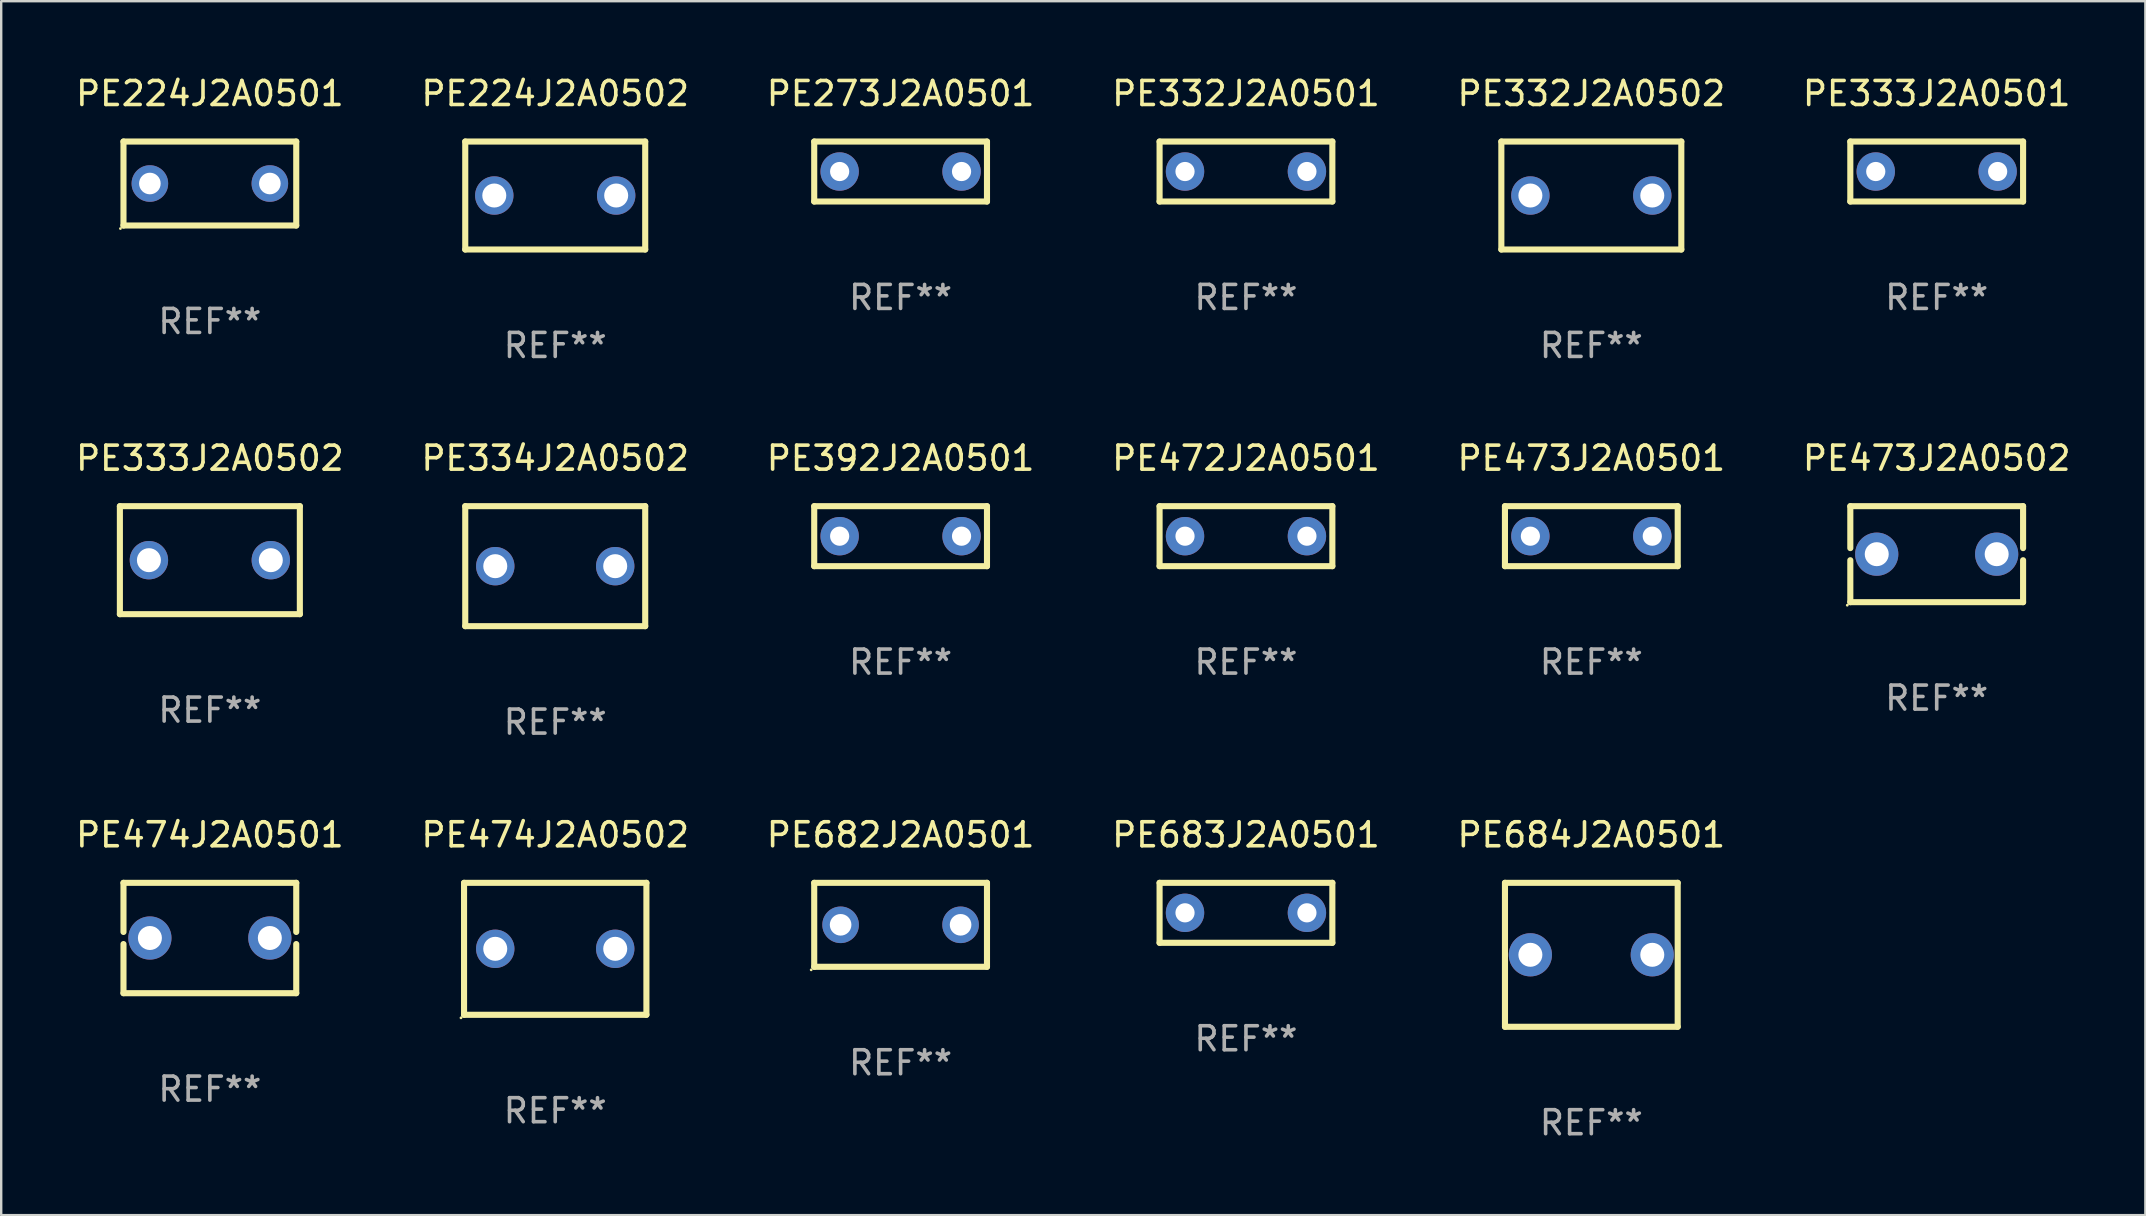
<source format=kicad_pcb>
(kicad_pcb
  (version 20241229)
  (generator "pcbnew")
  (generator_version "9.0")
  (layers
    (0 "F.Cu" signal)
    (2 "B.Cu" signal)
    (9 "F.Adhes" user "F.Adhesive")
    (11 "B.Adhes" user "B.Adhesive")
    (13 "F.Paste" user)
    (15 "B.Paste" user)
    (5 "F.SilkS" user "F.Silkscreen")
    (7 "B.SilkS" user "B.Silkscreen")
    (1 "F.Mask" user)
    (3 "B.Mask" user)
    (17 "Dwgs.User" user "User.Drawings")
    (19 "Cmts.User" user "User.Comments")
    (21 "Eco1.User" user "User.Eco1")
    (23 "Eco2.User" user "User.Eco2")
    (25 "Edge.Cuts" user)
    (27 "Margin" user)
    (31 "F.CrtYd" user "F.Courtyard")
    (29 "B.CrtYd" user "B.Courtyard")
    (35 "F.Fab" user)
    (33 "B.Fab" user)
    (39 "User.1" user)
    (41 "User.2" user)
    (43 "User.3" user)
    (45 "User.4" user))
  (footprint "PE333J2A0501"
    (layer "F.Cu")
    (at 77.661 4.098)
    (property "Reference" "PE333J2A0501" (at 0 -3.25 0) (layer "F.SilkS") (effects (font (size 1 1) (thickness 0.15))))
    (attr through_hole)
    (fp_line (start -3.6 -1.25) (end -3.6 1.25) (stroke (width 0.254) (type solid)) (layer "F.SilkS"))
    (fp_line (start -3.6 -1.25) (end 3.6 -1.25) (stroke (width 0.254) (type solid)) (layer "F.SilkS"))
    (fp_line (start 3.6 1.25) (end -3.6 1.25) (stroke (width 0.254) (type solid)) (layer "F.SilkS"))
    (fp_line (start 3.6 1.25) (end 3.6 -1.25) (stroke (width 0.254) (type solid)) (layer "F.SilkS"))
    (fp_circle (center -3.6 1.25) (end -3.57 1.25) (stroke (width 0.06) (type solid)) (fill no) (layer "F.SilkS"))
    (fp_text user "REF**" (at 0 5.25 0) (layer "F.Fab") (effects (font (size 1 1) (thickness 0.15))))
    (pad "1" thru_hole circle (at -2.54 0) (size 1.6 1.6) (drill 0.8) (layers "*.Cu" "*.Mask"))
    (pad "2" thru_hole circle (at 2.54 0) (size 1.6 1.6) (drill 0.8) (layers "*.Cu" "*.Mask")))
  (footprint "PE224J2A0502"
    (layer "F.Cu")
    (at 20.089 5.098)
    (property "Reference" "PE224J2A0502" (at 0 -4.25 0) (layer "F.SilkS") (effects (font (size 1 1) (thickness 0.15))))
    (attr through_hole)
    (fp_line (start -3.75 -2.25) (end -3.75 2.25) (stroke (width 0.254) (type solid)) (layer "F.SilkS"))
    (fp_line (start -3.75 -2.25) (end 3.75 -2.25) (stroke (width 0.254) (type solid)) (layer "F.SilkS"))
    (fp_line (start 3.75 -2.25) (end 3.75 2.25) (stroke (width 0.254) (type solid)) (layer "F.SilkS"))
    (fp_line (start 3.75 2.25) (end -3.75 2.25) (stroke (width 0.254) (type solid)) (layer "F.SilkS"))
    (fp_circle (center -3.75 2.25) (end -3.72 2.25) (stroke (width 0.06) (type solid)) (fill no) (layer "F.SilkS"))
    (fp_text user "REF**" (at 0 6.25 0) (layer "F.Fab") (effects (font (size 1 1) (thickness 0.15))))
    (pad "1" thru_hole circle (at -2.54 0) (size 1.6 1.6) (drill 1) (layers "*.Cu" "*.Mask"))
    (pad "2" thru_hole circle (at 2.54 0) (size 1.6 1.6) (drill 1) (layers "*.Cu" "*.Mask")))
  (footprint "PE684J2A0501"
    (layer "F.Cu")
    (at 63.268 36.741)
    (property "Reference" "PE684J2A0501" (at 0 -5 0) (layer "F.SilkS") (effects (font (size 1 1) (thickness 0.15))))
    (attr through_hole)
    (fp_line (start -3.599 -3) (end -3.599 3) (stroke (width 0.254) (type solid)) (layer "F.SilkS"))
    (fp_line (start -3.599 -3) (end 3.599 -3) (stroke (width 0.254) (type solid)) (layer "F.SilkS"))
    (fp_line (start 3.599 3) (end -3.599 3) (stroke (width 0.254) (type solid)) (layer "F.SilkS"))
    (fp_line (start 3.599 3) (end 3.599 -3) (stroke (width 0.254) (type solid)) (layer "F.SilkS"))
    (fp_circle (center -3.6 3) (end -3.57 3) (stroke (width 0.06) (type solid)) (fill no) (layer "F.SilkS"))
    (fp_text user "REF**" (at 0 7 0) (layer "F.Fab") (effects (font (size 1 1) (thickness 0.15))))
    (pad "1" thru_hole circle (at -2.54 0) (size 1.8 1.8) (drill 1) (layers "*.Cu" "*.Mask"))
    (pad "2" thru_hole circle (at 2.54 0) (size 1.8 1.8) (drill 1) (layers "*.Cu" "*.Mask")))
  (footprint "PE683J2A0501"
    (layer "F.Cu")
    (at 48.875 34.991)
    (property "Reference" "PE683J2A0501" (at 0 -3.25 0) (layer "F.SilkS") (effects (font (size 1 1) (thickness 0.15))))
    (attr through_hole)
    (fp_line (start -3.6 -1.25) (end -3.6 1.25) (stroke (width 0.254) (type solid)) (layer "F.SilkS"))
    (fp_line (start -3.6 -1.25) (end 3.6 -1.25) (stroke (width 0.254) (type solid)) (layer "F.SilkS"))
    (fp_line (start 3.6 1.25) (end -3.6 1.25) (stroke (width 0.254) (type solid)) (layer "F.SilkS"))
    (fp_line (start 3.6 1.25) (end 3.6 -1.25) (stroke (width 0.254) (type solid)) (layer "F.SilkS"))
    (fp_circle (center -3.6 1.25) (end -3.57 1.25) (stroke (width 0.06) (type solid)) (fill no) (layer "F.SilkS"))
    (fp_text user "REF**" (at 0 5.25 0) (layer "F.Fab") (effects (font (size 1 1) (thickness 0.15))))
    (pad "1" thru_hole circle (at -2.54 0) (size 1.6 1.6) (drill 0.8) (layers "*.Cu" "*.Mask"))
    (pad "2" thru_hole circle (at 2.54 0) (size 1.6 1.6) (drill 0.8) (layers "*.Cu" "*.Mask")))
  (footprint "PE473J2A0502"
    (layer "F.Cu")
    (at 77.661 20.045)
    (property "Reference" "PE473J2A0502" (at 0 -4 0) (layer "F.SilkS") (effects (font (size 1 1) (thickness 0.15))))
    (attr through_hole)
    (fp_line (start -3.6 -2) (end -3.6 -0.252) (stroke (width 0.254) (type solid)) (layer "F.SilkS"))
    (fp_line (start -3.6 -2) (end 3.6 -2) (stroke (width 0.254) (type solid)) (layer "F.SilkS"))
    (fp_line (start -3.6 0.252) (end -3.6 2) (stroke (width 0.254) (type solid)) (layer "F.SilkS"))
    (fp_line (start -3.6 2) (end 3.6 2) (stroke (width 0.254) (type solid)) (layer "F.SilkS"))
    (fp_line (start 3.6 -0.252) (end 3.6 -2) (stroke (width 0.254) (type solid)) (layer "F.SilkS"))
    (fp_line (start 3.6 2) (end 3.6 0.252) (stroke (width 0.254) (type solid)) (layer "F.SilkS"))
    (fp_circle (center -3.727 2.127) (end -3.697 2.127) (stroke (width 0.06) (type solid)) (fill no) (layer "F.SilkS"))
    (fp_text user "REF**" (at 0 6 0) (layer "F.Fab") (effects (font (size 1 1) (thickness 0.15))))
    (pad "1" thru_hole circle (at -2.499 0) (size 1.8 1.8) (drill 1) (layers "*.Cu" "*.Mask"))
    (pad "2" thru_hole circle (at 2.499 0) (size 1.8 1.8) (drill 1) (layers "*.Cu" "*.Mask")))
  (footprint "PE474J2A0501"
    (layer "F.Cu")
    (at 5.696 36.041)
    (property "Reference" "PE474J2A0501" (at 0 -4.3 0) (layer "F.SilkS") (effects (font (size 1 1) (thickness 0.15))))
    (attr through_hole)
    (fp_line (start -3.6 -2.3) (end -3.6 -0.252) (stroke (width 0.254) (type solid)) (layer "F.SilkS"))
    (fp_line (start -3.6 -2.3) (end 3.6 -2.3) (stroke (width 0.254) (type solid)) (layer "F.SilkS"))
    (fp_line (start -3.6 0.252) (end -3.6 2.3) (stroke (width 0.254) (type solid)) (layer "F.SilkS"))
    (fp_line (start -3.6 2.3) (end 3.6 2.3) (stroke (width 0.254) (type solid)) (layer "F.SilkS"))
    (fp_line (start 3.6 -0.252) (end 3.6 -2.3) (stroke (width 0.254) (type solid)) (layer "F.SilkS"))
    (fp_line (start 3.6 2.3) (end 3.6 0.252) (stroke (width 0.254) (type solid)) (layer "F.SilkS"))
    (fp_circle (center -3.6 2.25) (end -3.57 2.25) (stroke (width 0.06) (type solid)) (fill no) (layer "F.SilkS"))
    (fp_text user "REF**" (at 0 6.3 0) (layer "F.Fab") (effects (font (size 1 1) (thickness 0.15))))
    (pad "1" thru_hole circle (at -2.499 0) (size 1.8 1.8) (drill 1) (layers "*.Cu" "*.Mask"))
    (pad "2" thru_hole circle (at 2.499 0) (size 1.8 1.8) (drill 1) (layers "*.Cu" "*.Mask")))
  (footprint "PE333J2A0502"
    (layer "F.Cu")
    (at 5.696 20.295)
    (property "Reference" "PE333J2A0502" (at 0 -4.25 0) (layer "F.SilkS") (effects (font (size 1 1) (thickness 0.15))))
    (attr through_hole)
    (fp_line (start -3.75 -2.25) (end -3.75 2.25) (stroke (width 0.254) (type solid)) (layer "F.SilkS"))
    (fp_line (start -3.75 -2.25) (end 3.75 -2.25) (stroke (width 0.254) (type solid)) (layer "F.SilkS"))
    (fp_line (start 3.75 -2.25) (end 3.75 2.25) (stroke (width 0.254) (type solid)) (layer "F.SilkS"))
    (fp_line (start 3.75 2.25) (end -3.75 2.25) (stroke (width 0.254) (type solid)) (layer "F.SilkS"))
    (fp_circle (center -3.75 2.25) (end -3.72 2.25) (stroke (width 0.06) (type solid)) (fill no) (layer "F.SilkS"))
    (fp_text user "REF**" (at 0 6.25 0) (layer "F.Fab") (effects (font (size 1 1) (thickness 0.15))))
    (pad "1" thru_hole circle (at -2.54 0) (size 1.6 1.6) (drill 1) (layers "*.Cu" "*.Mask"))
    (pad "2" thru_hole circle (at 2.54 0) (size 1.6 1.6) (drill 1) (layers "*.Cu" "*.Mask")))
  (footprint "PE472J2A0501"
    (layer "F.Cu")
    (at 48.875 19.295)
    (property "Reference" "PE472J2A0501" (at 0 -3.25 0) (layer "F.SilkS") (effects (font (size 1 1) (thickness 0.15))))
    (attr through_hole)
    (fp_line (start -3.6 -1.25) (end -3.6 1.25) (stroke (width 0.254) (type solid)) (layer "F.SilkS"))
    (fp_line (start -3.6 -1.25) (end 3.6 -1.25) (stroke (width 0.254) (type solid)) (layer "F.SilkS"))
    (fp_line (start 3.6 1.25) (end -3.6 1.25) (stroke (width 0.254) (type solid)) (layer "F.SilkS"))
    (fp_line (start 3.6 1.25) (end 3.6 -1.25) (stroke (width 0.254) (type solid)) (layer "F.SilkS"))
    (fp_circle (center -3.6 1.25) (end -3.57 1.25) (stroke (width 0.06) (type solid)) (fill no) (layer "F.SilkS"))
    (fp_text user "REF**" (at 0 5.25 0) (layer "F.Fab") (effects (font (size 1 1) (thickness 0.15))))
    (pad "1" thru_hole circle (at -2.54 0) (size 1.6 1.6) (drill 0.8) (layers "*.Cu" "*.Mask"))
    (pad "2" thru_hole circle (at 2.54 0) (size 1.6 1.6) (drill 0.8) (layers "*.Cu" "*.Mask")))
  (footprint "PE332J2A0502"
    (layer "F.Cu")
    (at 63.268 5.098)
    (property "Reference" "PE332J2A0502" (at 0 -4.25 0) (layer "F.SilkS") (effects (font (size 1 1) (thickness 0.15))))
    (attr through_hole)
    (fp_line (start -3.75 -2.25) (end -3.75 2.25) (stroke (width 0.254) (type solid)) (layer "F.SilkS"))
    (fp_line (start -3.75 -2.25) (end 3.75 -2.25) (stroke (width 0.254) (type solid)) (layer "F.SilkS"))
    (fp_line (start 3.75 -2.25) (end 3.75 2.25) (stroke (width 0.254) (type solid)) (layer "F.SilkS"))
    (fp_line (start 3.75 2.25) (end -3.75 2.25) (stroke (width 0.254) (type solid)) (layer "F.SilkS"))
    (fp_circle (center -3.75 2.25) (end -3.72 2.25) (stroke (width 0.06) (type solid)) (fill no) (layer "F.SilkS"))
    (fp_text user "REF**" (at 0 6.25 0) (layer "F.Fab") (effects (font (size 1 1) (thickness 0.15))))
    (pad "1" thru_hole circle (at -2.54 0) (size 1.6 1.6) (drill 1) (layers "*.Cu" "*.Mask"))
    (pad "2" thru_hole circle (at 2.54 0) (size 1.6 1.6) (drill 1) (layers "*.Cu" "*.Mask")))
  (footprint "PE682J2A0501"
    (layer "F.Cu")
    (at 34.482 35.491)
    (property "Reference" "PE682J2A0501" (at 0 -3.75 0) (layer "F.SilkS") (effects (font (size 1 1) (thickness 0.15))))
    (attr through_hole)
    (fp_line (start -3.6 -1.75) (end 3.6 -1.75) (stroke (width 0.254) (type solid)) (layer "F.SilkS"))
    (fp_line (start -3.6 1.75) (end -3.6 -1.75) (stroke (width 0.254) (type solid)) (layer "F.SilkS"))
    (fp_line (start 3.6 -1.75) (end 3.6 1.75) (stroke (width 0.254) (type solid)) (layer "F.SilkS"))
    (fp_line (start 3.6 1.75) (end -3.6 1.75) (stroke (width 0.254) (type solid)) (layer "F.SilkS"))
    (fp_circle (center -3.727 1.877) (end -3.697 1.877) (stroke (width 0.06) (type solid)) (fill no) (layer "F.SilkS"))
    (fp_text user "REF**" (at 0 5.75 0) (layer "F.Fab") (effects (font (size 1 1) (thickness 0.15))))
    (pad "1" thru_hole circle (at -2.5 0) (size 1.524 1.524) (drill 0.9) (layers "*.Cu" "*.Mask"))
    (pad "2" thru_hole circle (at 2.5 0) (size 1.524 1.524) (drill 0.9) (layers "*.Cu" "*.Mask")))
  (footprint "PE273J2A0501"
    (layer "F.Cu")
    (at 34.482 4.098)
    (property "Reference" "PE273J2A0501" (at 0 -3.25 0) (layer "F.SilkS") (effects (font (size 1 1) (thickness 0.15))))
    (attr through_hole)
    (fp_line (start -3.6 -1.25) (end -3.6 1.25) (stroke (width 0.254) (type solid)) (layer "F.SilkS"))
    (fp_line (start -3.6 -1.25) (end 3.6 -1.25) (stroke (width 0.254) (type solid)) (layer "F.SilkS"))
    (fp_line (start 3.6 1.25) (end -3.6 1.25) (stroke (width 0.254) (type solid)) (layer "F.SilkS"))
    (fp_line (start 3.6 1.25) (end 3.6 -1.25) (stroke (width 0.254) (type solid)) (layer "F.SilkS"))
    (fp_circle (center -3.6 1.25) (end -3.57 1.25) (stroke (width 0.06) (type solid)) (fill no) (layer "F.SilkS"))
    (fp_text user "REF**" (at 0 5.25 0) (layer "F.Fab") (effects (font (size 1 1) (thickness 0.15))))
    (pad "1" thru_hole circle (at -2.54 0) (size 1.6 1.6) (drill 0.8) (layers "*.Cu" "*.Mask"))
    (pad "2" thru_hole circle (at 2.54 0) (size 1.6 1.6) (drill 0.8) (layers "*.Cu" "*.Mask")))
  (footprint "PE224J2A0501"
    (layer "F.Cu")
    (at 5.696 4.598)
    (property "Reference" "PE224J2A0501" (at 0 -3.75 0) (layer "F.SilkS") (effects (font (size 1 1) (thickness 0.15))))
    (attr through_hole)
    (fp_line (start -3.6 -1.75) (end 3.6 -1.75) (stroke (width 0.254) (type solid)) (layer "F.SilkS"))
    (fp_line (start -3.6 1.75) (end -3.6 -1.75) (stroke (width 0.254) (type solid)) (layer "F.SilkS"))
    (fp_line (start 3.6 -1.75) (end 3.6 1.75) (stroke (width 0.254) (type solid)) (layer "F.SilkS"))
    (fp_line (start 3.6 1.75) (end -3.6 1.75) (stroke (width 0.254) (type solid)) (layer "F.SilkS"))
    (fp_circle (center -3.727 1.877) (end -3.697 1.877) (stroke (width 0.06) (type solid)) (fill no) (layer "F.SilkS"))
    (fp_text user "REF**" (at 0 5.75 0) (layer "F.Fab") (effects (font (size 1 1) (thickness 0.15))))
    (pad "1" thru_hole circle (at -2.5 0) (size 1.524 1.524) (drill 0.9) (layers "*.Cu" "*.Mask"))
    (pad "2" thru_hole circle (at 2.5 0) (size 1.524 1.524) (drill 0.9) (layers "*.Cu" "*.Mask")))
  (footprint "PE332J2A0501"
    (layer "F.Cu")
    (at 48.875 4.098)
    (property "Reference" "PE332J2A0501" (at 0 -3.25 0) (layer "F.SilkS") (effects (font (size 1 1) (thickness 0.15))))
    (attr through_hole)
    (fp_line (start -3.6 -1.25) (end -3.6 1.25) (stroke (width 0.254) (type solid)) (layer "F.SilkS"))
    (fp_line (start -3.6 -1.25) (end 3.6 -1.25) (stroke (width 0.254) (type solid)) (layer "F.SilkS"))
    (fp_line (start 3.6 1.25) (end -3.6 1.25) (stroke (width 0.254) (type solid)) (layer "F.SilkS"))
    (fp_line (start 3.6 1.25) (end 3.6 -1.25) (stroke (width 0.254) (type solid)) (layer "F.SilkS"))
    (fp_circle (center -3.6 1.25) (end -3.57 1.25) (stroke (width 0.06) (type solid)) (fill no) (layer "F.SilkS"))
    (fp_text user "REF**" (at 0 5.25 0) (layer "F.Fab") (effects (font (size 1 1) (thickness 0.15))))
    (pad "1" thru_hole circle (at -2.54 0) (size 1.6 1.6) (drill 0.8) (layers "*.Cu" "*.Mask"))
    (pad "2" thru_hole circle (at 2.54 0) (size 1.6 1.6) (drill 0.8) (layers "*.Cu" "*.Mask")))
  (footprint "PE392J2A0501"
    (layer "F.Cu")
    (at 34.482 19.295)
    (property "Reference" "PE392J2A0501" (at 0 -3.25 0) (layer "F.SilkS") (effects (font (size 1 1) (thickness 0.15))))
    (attr through_hole)
    (fp_line (start -3.6 -1.25) (end -3.6 1.25) (stroke (width 0.254) (type solid)) (layer "F.SilkS"))
    (fp_line (start -3.6 -1.25) (end 3.6 -1.25) (stroke (width 0.254) (type solid)) (layer "F.SilkS"))
    (fp_line (start 3.6 1.25) (end -3.6 1.25) (stroke (width 0.254) (type solid)) (layer "F.SilkS"))
    (fp_line (start 3.6 1.25) (end 3.6 -1.25) (stroke (width 0.254) (type solid)) (layer "F.SilkS"))
    (fp_circle (center -3.6 1.25) (end -3.57 1.25) (stroke (width 0.06) (type solid)) (fill no) (layer "F.SilkS"))
    (fp_text user "REF**" (at 0 5.25 0) (layer "F.Fab") (effects (font (size 1 1) (thickness 0.15))))
    (pad "1" thru_hole circle (at -2.54 0) (size 1.6 1.6) (drill 0.8) (layers "*.Cu" "*.Mask"))
    (pad "2" thru_hole circle (at 2.54 0) (size 1.6 1.6) (drill 0.8) (layers "*.Cu" "*.Mask")))
  (footprint "PE334J2A0502"
    (layer "F.Cu")
    (at 20.089 20.545)
    (property "Reference" "PE334J2A0502" (at 0 -4.5 0) (layer "F.SilkS") (effects (font (size 1 1) (thickness 0.15))))
    (attr through_hole)
    (fp_line (start -3.75 -2.5) (end -3.75 2.5) (stroke (width 0.254) (type solid)) (layer "F.SilkS"))
    (fp_line (start -3.75 -2.5) (end 3.75 -2.5) (stroke (width 0.254) (type solid)) (layer "F.SilkS"))
    (fp_line (start -3.75 2.5) (end 3.75 2.5) (stroke (width 0.254) (type solid)) (layer "F.SilkS"))
    (fp_line (start 3.75 -2.5) (end 3.75 2.5) (stroke (width 0.254) (type solid)) (layer "F.SilkS"))
    (fp_circle (center -3.75 2.5) (end -3.72 2.5) (stroke (width 0.06) (type solid)) (fill no) (layer "F.SilkS"))
    (fp_text user "REF**" (at 0 6.5 0) (layer "F.Fab") (effects (font (size 1 1) (thickness 0.15))))
    (pad "1" thru_hole circle (at -2.499 0) (size 1.6 1.6) (drill 1) (layers "*.Cu" "*.Mask"))
    (pad "2" thru_hole circle (at 2.499 0) (size 1.6 1.6) (drill 1) (layers "*.Cu" "*.Mask")))
  (footprint "PE474J2A0502"
    (layer "F.Cu")
    (at 20.089 36.491)
    (property "Reference" "PE474J2A0502" (at 0 -4.75 0) (layer "F.SilkS") (effects (font (size 1 1) (thickness 0.15))))
    (attr through_hole)
    (fp_line (start -3.8 -2.75) (end 3.8 -2.75) (stroke (width 0.254) (type solid)) (layer "F.SilkS"))
    (fp_line (start -3.8 2.75) (end -3.8 -2.75) (stroke (width 0.254) (type solid)) (layer "F.SilkS"))
    (fp_line (start 3.8 -2.75) (end 3.8 2.75) (stroke (width 0.254) (type solid)) (layer "F.SilkS"))
    (fp_line (start 3.8 2.75) (end -3.8 2.75) (stroke (width 0.254) (type solid)) (layer "F.SilkS"))
    (fp_circle (center -3.927 2.877) (end -3.897 2.877) (stroke (width 0.06) (type solid)) (fill no) (layer "F.SilkS"))
    (fp_text user "REF**" (at 0 6.75 0) (layer "F.Fab") (effects (font (size 1 1) (thickness 0.15))))
    (pad "1" thru_hole circle (at -2.5 0) (size 1.6 1.6) (drill 1) (layers "*.Cu" "*.Mask"))
    (pad "2" thru_hole circle (at 2.5 0) (size 1.6 1.6) (drill 1) (layers "*.Cu" "*.Mask")))
  (footprint "PE473J2A0501"
    (layer "F.Cu")
    (at 63.268 19.295)
    (property "Reference" "PE473J2A0501" (at 0 -3.25 0) (layer "F.SilkS") (effects (font (size 1 1) (thickness 0.15))))
    (attr through_hole)
    (fp_line (start -3.6 -1.25) (end -3.6 1.25) (stroke (width 0.254) (type solid)) (layer "F.SilkS"))
    (fp_line (start -3.6 -1.25) (end 3.6 -1.25) (stroke (width 0.254) (type solid)) (layer "F.SilkS"))
    (fp_line (start 3.6 1.25) (end -3.6 1.25) (stroke (width 0.254) (type solid)) (layer "F.SilkS"))
    (fp_line (start 3.6 1.25) (end 3.6 -1.25) (stroke (width 0.254) (type solid)) (layer "F.SilkS"))
    (fp_circle (center -3.6 1.25) (end -3.57 1.25) (stroke (width 0.06) (type solid)) (fill no) (layer "F.SilkS"))
    (fp_text user "REF**" (at 0 5.25 0) (layer "F.Fab") (effects (font (size 1 1) (thickness 0.15))))
    (pad "1" thru_hole circle (at -2.54 0) (size 1.6 1.6) (drill 0.8) (layers "*.Cu" "*.Mask"))
    (pad "2" thru_hole circle (at 2.54 0) (size 1.6 1.6) (drill 0.8) (layers "*.Cu" "*.Mask")))
  (gr_rect
    (start -3 -3)
    (end 86.357 47.59)
    (stroke (width 0.1) (type default))
    (fill no)
    (layer "Edge.Cuts")))
</source>
